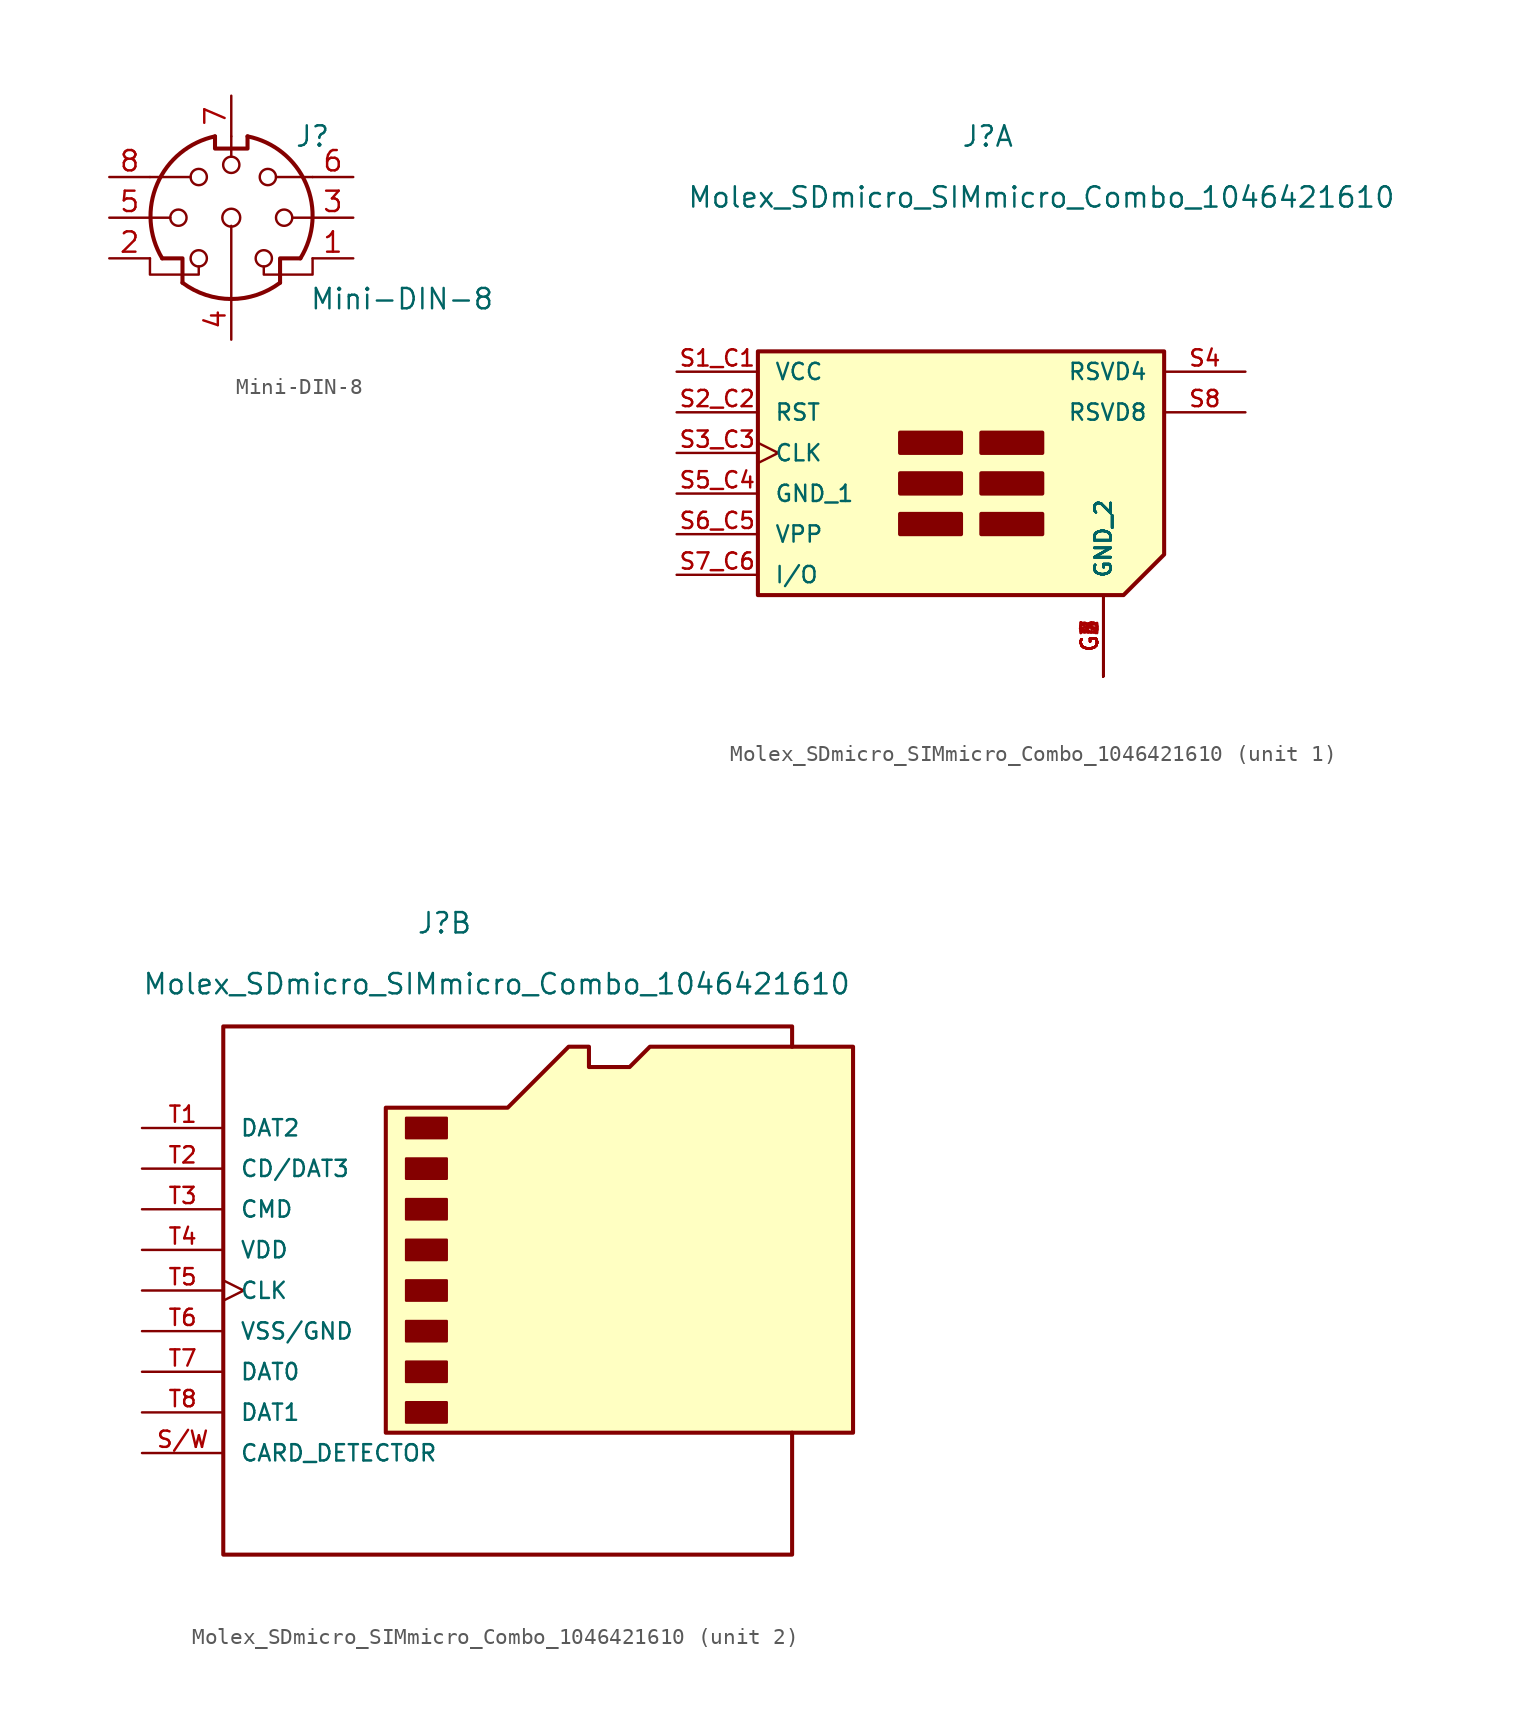
<source format=kicad_sym>
(kicad_symbol_lib
  (version 20211014)
  (generator kicad_symbol_editor)
  (symbol "Mini-DIN-8"
    (pin_names
      (offset 1.016))
    (property "Reference" "J"
      (at 5.08 5.08 0)
      (effects (font (size 1.27 1.27))))
    (property "Value" "Mini-DIN-8"
      (at 10.668 -5.08 0)
      (effects (font (size 1.27 1.27))))
    (symbol "Mini-DIN-8_0_1"
      (circle (center -3.302 0) (radius 0.508) (stroke (width 0) (type default) (color 0 0 0 0)) (fill (type none)))
      (arc (start -3.048 -4.064) (mid 0 -5.08) (end 3.048 -4.064) (stroke (width 0.254) (type default) (color 0 0 0 0)) (fill (type none)))
      (circle (center -2.032 -2.54) (radius 0.508) (stroke (width 0) (type default) (color 0 0 0 0)) (fill (type none)))
      (circle (center -2.032 2.54) (radius 0.508) (stroke (width 0) (type default) (color 0 0 0 0)) (fill (type none)))
      (arc (start -1.016 5.08) (mid -4.6228 2.1214) (end -4.318 -2.54) (stroke (width 0.254) (type default) (color 0 0 0 0)) (fill (type none)))
      (polyline (pts (xy -3.81 0) (xy -5.08 0)) (stroke (width 0) (type default) (color 0 0 0 0)) (fill (type none)))
      (polyline (pts (xy -2.54 2.54) (xy -5.08 2.54)) (stroke (width 0) (type default) (color 0 0 0 0)) (fill (type none)))
      (polyline (pts (xy 0 -5.08) (xy 0 -0.508)) (stroke (width 0) (type default) (color 0 0 0 0)) (fill (type none)))
      (polyline (pts (xy 0 3.81) (xy 0 5.08)) (stroke (width 0) (type default) (color 0 0 0 0)) (fill (type none)))
      (polyline (pts (xy 2.794 2.54) (xy 5.08 2.54)) (stroke (width 0) (type default) (color 0 0 0 0)) (fill (type none)))
      (polyline (pts (xy 5.08 0) (xy 3.81 0)) (stroke (width 0) (type default) (color 0 0 0 0)) (fill (type none)))
      (polyline (pts (xy -4.318 -2.54) (xy -3.048 -2.54) (xy -3.048 -4.064)) (stroke (width 0.254) (type default) (color 0 0 0 0)) (fill (type none)))
      (polyline (pts (xy 4.318 -2.54) (xy 3.048 -2.54) (xy 3.048 -4.064)) (stroke (width 0.254) (type default) (color 0 0 0 0)) (fill (type none)))
      (polyline (pts (xy -2.032 -3.048) (xy -2.032 -3.556) (xy -5.08 -3.556) (xy -5.08 -2.54)) (stroke (width 0) (type default) (color 0 0 0 0)) (fill (type none)))
      (polyline (pts (xy -1.016 5.08) (xy -1.016 4.318) (xy 1.016 4.318) (xy 1.016 5.08)) (stroke (width 0.254) (type default) (color 0 0 0 0)) (fill (type none)))
      (polyline (pts (xy 2.032 -3.048) (xy 2.032 -3.556) (xy 5.08 -3.556) (xy 5.08 -2.54)) (stroke (width 0) (type default) (color 0 0 0 0)) (fill (type none)))
      (circle (center 0 0) (radius 0.559) (stroke (width 0) (type default) (color 0 0 0 0)) (fill (type none)))
      (circle (center 0 3.302) (radius 0.508) (stroke (width 0) (type default) (color 0 0 0 0)) (fill (type none)))
      (circle (center 2.032 -2.54) (radius 0.508) (stroke (width 0) (type default) (color 0 0 0 0)) (fill (type none)))
      (circle (center 2.286 2.54) (radius 0.508) (stroke (width 0) (type default) (color 0 0 0 0)) (fill (type none)))
      (circle (center 3.302 0) (radius 0.508) (stroke (width 0) (type default) (color 0 0 0 0)) (fill (type none)))
      (arc (start 4.318 -2.54) (mid 4.6661 2.1322) (end 1.016 5.08) (stroke (width 0.254) (type default) (color 0 0 0 0)) (fill (type none))))
    (symbol "Mini-DIN-8_1_1"
      (pin passive line (at 7.62 -2.54 180) (length 2.54) (name "~" (effects (font (size 1.27 1.27)))) (number "1" (effects (font (size 1.27 1.27)))))
      (pin passive line (at -7.62 -2.54 0) (length 2.54) (name "~" (effects (font (size 1.27 1.27)))) (number "2" (effects (font (size 1.27 1.27)))))
      (pin passive line (at 7.62 0 180) (length 2.54) (name "~" (effects (font (size 1.27 1.27)))) (number "3" (effects (font (size 1.27 1.27)))))
      (pin passive line (at 0 -7.62 90) (length 2.54) (name "~" (effects (font (size 1.27 1.27)))) (number "4" (effects (font (size 1.27 1.27)))))
      (pin passive line (at -7.62 0 0) (length 2.54) (name "~" (effects (font (size 1.27 1.27)))) (number "5" (effects (font (size 1.27 1.27)))))
      (pin passive line (at 7.62 2.54 180) (length 2.54) (name "~" (effects (font (size 1.27 1.27)))) (number "6" (effects (font (size 1.27 1.27)))))
      (pin passive line (at 0 7.62 270) (length 2.54) (name "~" (effects (font (size 1.27 1.27)))) (number "7" (effects (font (size 1.27 1.27)))))
      (pin passive line (at -7.62 2.54 0) (length 2.54) (name "~" (effects (font (size 1.27 1.27)))) (number "8" (effects (font (size 1.27 1.27)))))))
  (symbol "Molex_SDmicro_SIMmicro_Combo_1046421610"
    (pin_names
      (offset 1.016))
    (property "Reference" "J"
      (at -0.635 20.955 0)
      (effects (font (size 1.27 1.27)) (justify left bottom)))
    (property "Value" "Molex_SDmicro_SIMmicro_Combo_1046421610"
      (at -17.78 17.145 0)
      (effects (font (size 1.27 1.27)) (justify left bottom)))
    (property "ki_locked" ""
      (at 0 0 0)
      (effects (font (size 1.27 1.27))))
    (symbol "Molex_SDmicro_SIMmicro_Combo_1046421610_1_0"
      (pin power_in line (at 8.255 -12.065 90) (length 5.08) (name "GND_2" (effects (font (size 1.016 1.016)))) (number "G1" (effects (font (size 1.016 1.016)))))
      (pin power_in line (at 8.255 -12.065 90) (length 5.08) (name "GND_2" (effects (font (size 1.016 1.016)))) (number "G2" (effects (font (size 1.016 1.016)))))
      (pin power_in line (at 8.255 -12.065 90) (length 5.08) (name "GND_2" (effects (font (size 1.016 1.016)))) (number "G3" (effects (font (size 1.016 1.016)))))
      (pin power_in line (at 8.255 -12.065 90) (length 5.08) (name "GND_2" (effects (font (size 1.016 1.016)))) (number "G4" (effects (font (size 1.016 1.016)))))
      (pin power_in line (at 8.255 -12.065 90) (length 5.08) (name "GND_2" (effects (font (size 1.016 1.016)))) (number "G5" (effects (font (size 1.016 1.016)))))
      (pin power_in line (at 8.255 -12.065 90) (length 5.08) (name "GND_2" (effects (font (size 1.016 1.016)))) (number "G6" (effects (font (size 1.016 1.016)))))
      (pin power_in line (at 8.255 -12.065 90) (length 5.08) (name "GND_2" (effects (font (size 1.016 1.016)))) (number "G7" (effects (font (size 1.016 1.016)))))
      (pin power_in line (at 8.255 -12.065 90) (length 5.08) (name "GND_2" (effects (font (size 1.016 1.016)))) (number "G8" (effects (font (size 1.016 1.016)))))
      (pin power_in line (at -18.415 6.985 0) (length 5.08) (name "VCC" (effects (font (size 1.016 1.016)))) (number "S1_C1" (effects (font (size 1.016 1.016)))))
      (pin input line (at -18.415 4.445 0) (length 5.08) (name "RST" (effects (font (size 1.016 1.016)))) (number "S2_C2" (effects (font (size 1.016 1.016)))))
      (pin input clock (at -18.415 1.905 0) (length 5.08) (name "CLK" (effects (font (size 1.016 1.016)))) (number "S3_C3" (effects (font (size 1.016 1.016)))))
      (pin passive line (at 17.145 6.985 180) (length 5.08) (name "RSVD4" (effects (font (size 1.016 1.016)))) (number "S4" (effects (font (size 1.016 1.016)))))
      (pin power_in line (at -18.415 -0.635 0) (length 5.08) (name "GND_1" (effects (font (size 1.016 1.016)))) (number "S5_C4" (effects (font (size 1.016 1.016)))))
      (pin bidirectional line (at -18.415 -3.175 0) (length 5.08) (name "VPP" (effects (font (size 1.016 1.016)))) (number "S6_C5" (effects (font (size 1.016 1.016)))))
      (pin bidirectional line (at -18.415 -5.715 0) (length 5.08) (name "I/O" (effects (font (size 1.016 1.016)))) (number "S7_C6" (effects (font (size 1.016 1.016)))))
      (pin passive line (at 17.145 4.445 180) (length 5.08) (name "RSVD8" (effects (font (size 1.016 1.016)))) (number "S8" (effects (font (size 1.016 1.016))))))
    (symbol "Molex_SDmicro_SIMmicro_Combo_1046421610_1_1"
      (rectangle (start -4.445 -3.175) (end -0.635 -1.905) (stroke (width 0.254) (type default) (color 0 0 0 0)) (fill (type outline)))
      (rectangle (start -4.445 -0.635) (end -0.635 0.635) (stroke (width 0.254) (type default) (color 0 0 0 0)) (fill (type outline)))
      (rectangle (start -4.445 1.905) (end -0.635 3.175) (stroke (width 0.254) (type default) (color 0 0 0 0)) (fill (type outline)))
      (polyline (pts (xy -13.335 8.255) (xy 12.065 8.255) (xy 12.065 -4.445) (xy 9.525 -6.985) (xy -13.335 -6.985) (xy -13.335 8.255)) (stroke (width 0.254) (type default) (color 0 0 0 0)) (fill (type background)))
      (rectangle (start 0.635 -1.905) (end 4.445 -3.175) (stroke (width 0.254) (type default) (color 0 0 0 0)) (fill (type outline)))
      (rectangle (start 0.635 -0.635) (end 4.445 0.635) (stroke (width 0.254) (type default) (color 0 0 0 0)) (fill (type outline)))
      (rectangle (start 0.635 1.905) (end 4.445 3.175) (stroke (width 0.254) (type default) (color 0 0 0 0)) (fill (type outline))))
    (symbol "Molex_SDmicro_SIMmicro_Combo_1046421610_2_0"
      (pin passive line (at -17.78 -11.43 0) (length 5.08) (name "CARD_DETECTOR" (effects (font (size 1.016 1.016)))) (number "S/W" (effects (font (size 1.016 1.016)))))
      (pin bidirectional line (at -17.78 8.89 0) (length 5.08) (name "DAT2" (effects (font (size 1.016 1.016)))) (number "T1" (effects (font (size 1.016 1.016)))))
      (pin bidirectional line (at -17.78 6.35 0) (length 5.08) (name "CD/DAT3" (effects (font (size 1.016 1.016)))) (number "T2" (effects (font (size 1.016 1.016)))))
      (pin bidirectional line (at -17.78 3.81 0) (length 5.08) (name "CMD" (effects (font (size 1.016 1.016)))) (number "T3" (effects (font (size 1.016 1.016)))))
      (pin power_in line (at -17.78 1.27 0) (length 5.08) (name "VDD" (effects (font (size 1.016 1.016)))) (number "T4" (effects (font (size 1.016 1.016)))))
      (pin input clock (at -17.78 -1.27 0) (length 5.08) (name "CLK" (effects (font (size 1.016 1.016)))) (number "T5" (effects (font (size 1.016 1.016)))))
      (pin power_in line (at -17.78 -3.81 0) (length 5.08) (name "VSS/GND" (effects (font (size 1.016 1.016)))) (number "T6" (effects (font (size 1.016 1.016)))))
      (pin bidirectional line (at -17.78 -6.35 0) (length 5.08) (name "DAT0" (effects (font (size 1.016 1.016)))) (number "T7" (effects (font (size 1.016 1.016)))))
      (pin bidirectional line (at -17.78 -8.89 0) (length 5.08) (name "DAT1" (effects (font (size 1.016 1.016)))) (number "T8" (effects (font (size 1.016 1.016))))))
    (symbol "Molex_SDmicro_SIMmicro_Combo_1046421610_2_1"
      (rectangle (start -1.27 -8.255) (end 1.27 -9.525) (stroke (width 0) (type default) (color 0 0 0 0)) (fill (type outline)))
      (rectangle (start -1.27 -5.715) (end 1.27 -6.985) (stroke (width 0) (type default) (color 0 0 0 0)) (fill (type outline)))
      (rectangle (start -1.27 -3.175) (end 1.27 -4.445) (stroke (width 0) (type default) (color 0 0 0 0)) (fill (type outline)))
      (rectangle (start -1.27 -0.635) (end 1.27 -1.905) (stroke (width 0) (type default) (color 0 0 0 0)) (fill (type outline)))
      (rectangle (start -1.27 1.905) (end 1.27 0.635) (stroke (width 0) (type default) (color 0 0 0 0)) (fill (type outline)))
      (rectangle (start -1.27 4.445) (end 1.27 3.175) (stroke (width 0) (type default) (color 0 0 0 0)) (fill (type outline)))
      (rectangle (start -1.27 6.985) (end 1.27 5.715) (stroke (width 0) (type default) (color 0 0 0 0)) (fill (type outline)))
      (rectangle (start -1.27 9.525) (end 1.27 8.255) (stroke (width 0) (type default) (color 0 0 0 0)) (fill (type outline)))
      (polyline (pts (xy 22.86 13.97) (xy 22.86 15.24) (xy -12.7 15.24) (xy -12.7 -17.78) (xy 22.86 -17.78) (xy 22.86 -10.16)) (stroke (width 0.254) (type default) (color 0 0 0 0)) (fill (type none)))
      (polyline (pts (xy -2.54 -10.16) (xy -2.54 10.16) (xy 5.08 10.16) (xy 8.89 13.97) (xy 10.16 13.97) (xy 10.16 12.7) (xy 12.7 12.7) (xy 13.97 13.97) (xy 26.67 13.97) (xy 26.67 -10.16) (xy -2.54 -10.16)) (stroke (width 0.254) (type default) (color 0 0 0 0)) (fill (type background))))))
</source>
